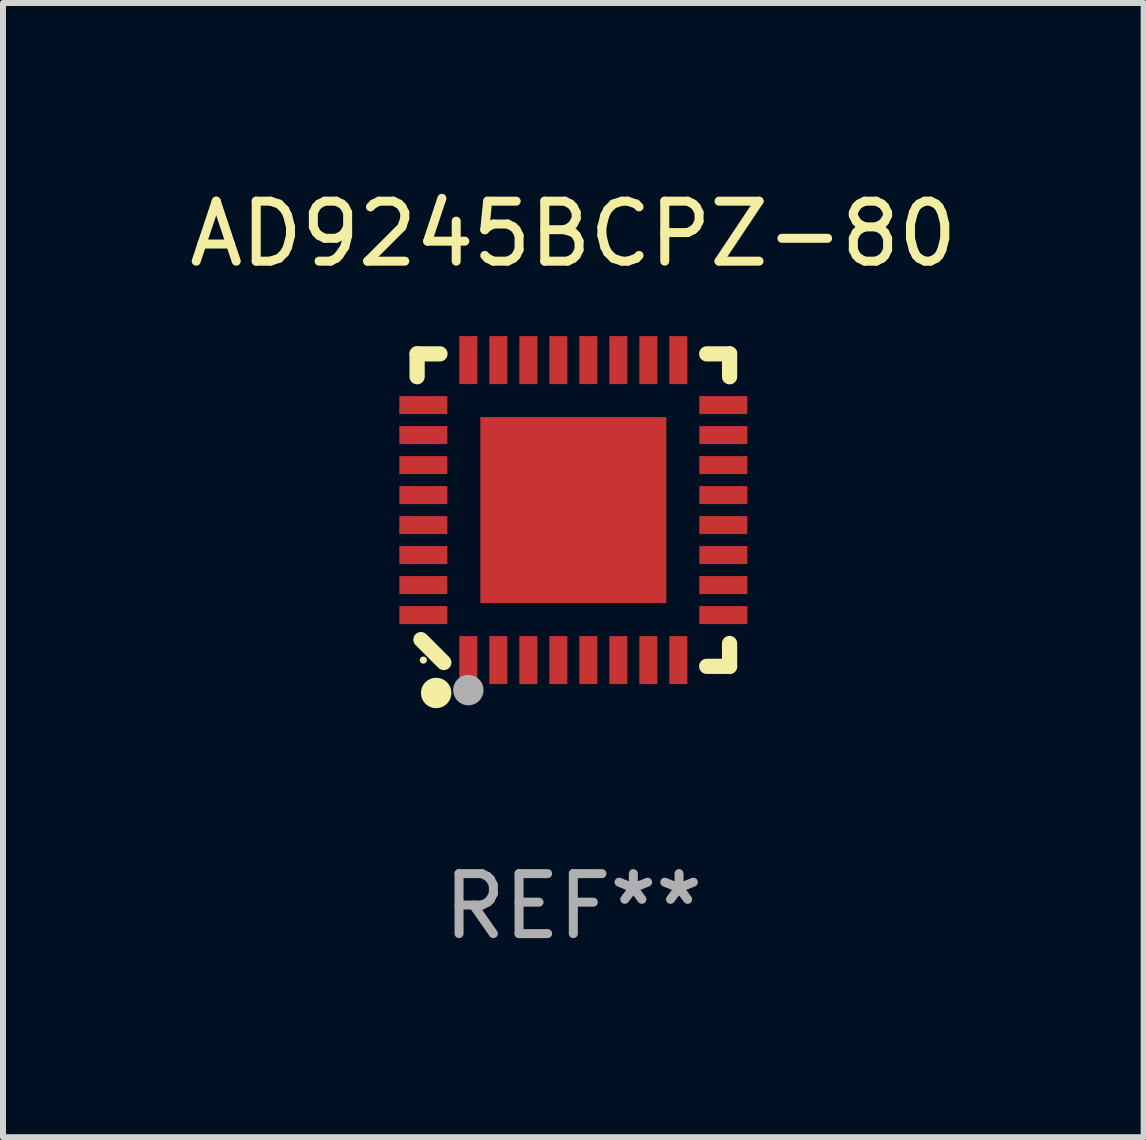
<source format=kicad_pcb>
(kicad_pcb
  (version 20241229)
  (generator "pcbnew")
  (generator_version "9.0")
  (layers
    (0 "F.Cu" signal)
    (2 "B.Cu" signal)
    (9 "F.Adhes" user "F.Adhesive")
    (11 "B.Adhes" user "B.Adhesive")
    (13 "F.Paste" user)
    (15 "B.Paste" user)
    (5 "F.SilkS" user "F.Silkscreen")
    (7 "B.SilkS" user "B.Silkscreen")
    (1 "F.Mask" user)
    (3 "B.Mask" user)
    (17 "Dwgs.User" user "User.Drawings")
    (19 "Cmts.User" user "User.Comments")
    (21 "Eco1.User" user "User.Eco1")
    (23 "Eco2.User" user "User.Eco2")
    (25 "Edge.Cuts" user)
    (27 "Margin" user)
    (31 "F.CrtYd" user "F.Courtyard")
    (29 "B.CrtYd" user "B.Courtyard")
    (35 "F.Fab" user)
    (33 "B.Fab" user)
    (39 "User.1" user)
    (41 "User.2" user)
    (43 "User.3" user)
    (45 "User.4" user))
  (footprint "AD9245BCPZ-80"
    (layer "F.Cu")
    (at 6.506 5.452)
    (property "Reference" "AD9245BCPZ-80" (at 0 -4.604 0) (layer "F.SilkS") (effects (font (size 1 1) (thickness 0.15))))
    (attr through_hole)
    (fp_line (start -2.604 -2.604) (end -2.604 -2.223) (stroke (width 0.254) (type solid)) (layer "F.SilkS"))
    (fp_line (start -2.54 2.159) (end -2.159 2.54) (stroke (width 0.254) (type solid)) (layer "F.SilkS"))
    (fp_line (start -2.223 -2.604) (end -2.604 -2.604) (stroke (width 0.254) (type solid)) (layer "F.SilkS"))
    (fp_line (start 2.223 2.604) (end 2.604 2.604) (stroke (width 0.254) (type solid)) (layer "F.SilkS"))
    (fp_line (start 2.604 -2.604) (end 2.223 -2.604) (stroke (width 0.254) (type solid)) (layer "F.SilkS"))
    (fp_line (start 2.604 -2.223) (end 2.604 -2.604) (stroke (width 0.254) (type solid)) (layer "F.SilkS"))
    (fp_line (start 2.604 2.604) (end 2.604 2.223) (stroke (width 0.254) (type solid)) (layer "F.SilkS"))
    (fp_circle (center -2.5 2.5) (end -2.47 2.5) (stroke (width 0.06) (type solid)) (fill no) (layer "F.SilkS"))
    (fp_circle (center -2.286 3.048) (end -2.159 3.048) (stroke (width 0.254) (type solid)) (fill no) (layer "F.SilkS"))
    (fp_circle (center -1.75 3) (end -1.623 3) (stroke (width 0.254) (type solid)) (fill no) (layer "F.Fab"))
    (fp_text user "REF**" (at 0 6.604 0) (layer "F.Fab") (effects (font (size 1 1) (thickness 0.15))))
    (pad "1" smd rect (at -1.75 2.5) (size 0.3 0.8) (layers "F.Cu" "F.Mask" "F.Paste"))
    (pad "2" smd rect (at -1.25 2.5) (size 0.3 0.8) (layers "F.Cu" "F.Mask" "F.Paste"))
    (pad "3" smd rect (at -0.75 2.5) (size 0.3 0.8) (layers "F.Cu" "F.Mask" "F.Paste"))
    (pad "4" smd rect (at -0.25 2.5) (size 0.3 0.8) (layers "F.Cu" "F.Mask" "F.Paste"))
    (pad "5" smd rect (at 0.25 2.5) (size 0.3 0.8) (layers "F.Cu" "F.Mask" "F.Paste"))
    (pad "6" smd rect (at 0.75 2.5) (size 0.3 0.8) (layers "F.Cu" "F.Mask" "F.Paste"))
    (pad "7" smd rect (at 1.25 2.5) (size 0.3 0.8) (layers "F.Cu" "F.Mask" "F.Paste"))
    (pad "8" smd rect (at 1.75 2.5) (size 0.3 0.8) (layers "F.Cu" "F.Mask" "F.Paste"))
    (pad "9" smd rect (at 2.5 1.75) (size 0.8 0.3) (layers "F.Cu" "F.Mask" "F.Paste"))
    (pad "10" smd rect (at 2.5 1.25) (size 0.8 0.3) (layers "F.Cu" "F.Mask" "F.Paste"))
    (pad "11" smd rect (at 2.5 0.75) (size 0.8 0.3) (layers "F.Cu" "F.Mask" "F.Paste"))
    (pad "12" smd rect (at 2.5 0.25) (size 0.8 0.3) (layers "F.Cu" "F.Mask" "F.Paste"))
    (pad "13" smd rect (at 2.5 -0.25) (size 0.8 0.3) (layers "F.Cu" "F.Mask" "F.Paste"))
    (pad "14" smd rect (at 2.5 -0.75) (size 0.8 0.3) (layers "F.Cu" "F.Mask" "F.Paste"))
    (pad "15" smd rect (at 2.5 -1.25) (size 0.8 0.3) (layers "F.Cu" "F.Mask" "F.Paste"))
    (pad "16" smd rect (at 2.5 -1.75) (size 0.8 0.3) (layers "F.Cu" "F.Mask" "F.Paste"))
    (pad "17" smd rect (at 1.75 -2.5) (size 0.3 0.8) (layers "F.Cu" "F.Mask" "F.Paste"))
    (pad "18" smd rect (at 1.25 -2.5) (size 0.3 0.8) (layers "F.Cu" "F.Mask" "F.Paste"))
    (pad "19" smd rect (at 0.75 -2.5) (size 0.3 0.8) (layers "F.Cu" "F.Mask" "F.Paste"))
    (pad "20" smd rect (at 0.25 -2.5) (size 0.3 0.8) (layers "F.Cu" "F.Mask" "F.Paste"))
    (pad "21" smd rect (at -0.25 -2.5) (size 0.3 0.8) (layers "F.Cu" "F.Mask" "F.Paste"))
    (pad "22" smd rect (at -0.75 -2.5) (size 0.3 0.8) (layers "F.Cu" "F.Mask" "F.Paste"))
    (pad "23" smd rect (at -1.25 -2.5) (size 0.3 0.8) (layers "F.Cu" "F.Mask" "F.Paste"))
    (pad "24" smd rect (at -1.75 -2.5) (size 0.3 0.8) (layers "F.Cu" "F.Mask" "F.Paste"))
    (pad "25" smd rect (at -2.5 -1.75) (size 0.8 0.3) (layers "F.Cu" "F.Mask" "F.Paste"))
    (pad "26" smd rect (at -2.5 -1.25) (size 0.8 0.3) (layers "F.Cu" "F.Mask" "F.Paste"))
    (pad "27" smd rect (at -2.5 -0.75) (size 0.8 0.3) (layers "F.Cu" "F.Mask" "F.Paste"))
    (pad "28" smd rect (at -2.5 -0.25) (size 0.8 0.3) (layers "F.Cu" "F.Mask" "F.Paste"))
    (pad "29" smd rect (at -2.5 0.25) (size 0.8 0.3) (layers "F.Cu" "F.Mask" "F.Paste"))
    (pad "30" smd rect (at -2.5 0.75) (size 0.8 0.3) (layers "F.Cu" "F.Mask" "F.Paste"))
    (pad "31" smd rect (at -2.5 1.25) (size 0.8 0.3) (layers "F.Cu" "F.Mask" "F.Paste"))
    (pad "32" smd rect (at -2.5 1.75) (size 0.8 0.3) (layers "F.Cu" "F.Mask" "F.Paste"))
    (pad "33" smd rect (at 0 -0.000025) (size 3.1 3.1) (layers "F.Cu" "F.Mask" "F.Paste")))
  (gr_rect
    (start -3 -3)
    (end 16.012 15.904)
    (stroke (width 0.1) (type default))
    (fill no)
    (layer "Edge.Cuts")))
</source>
